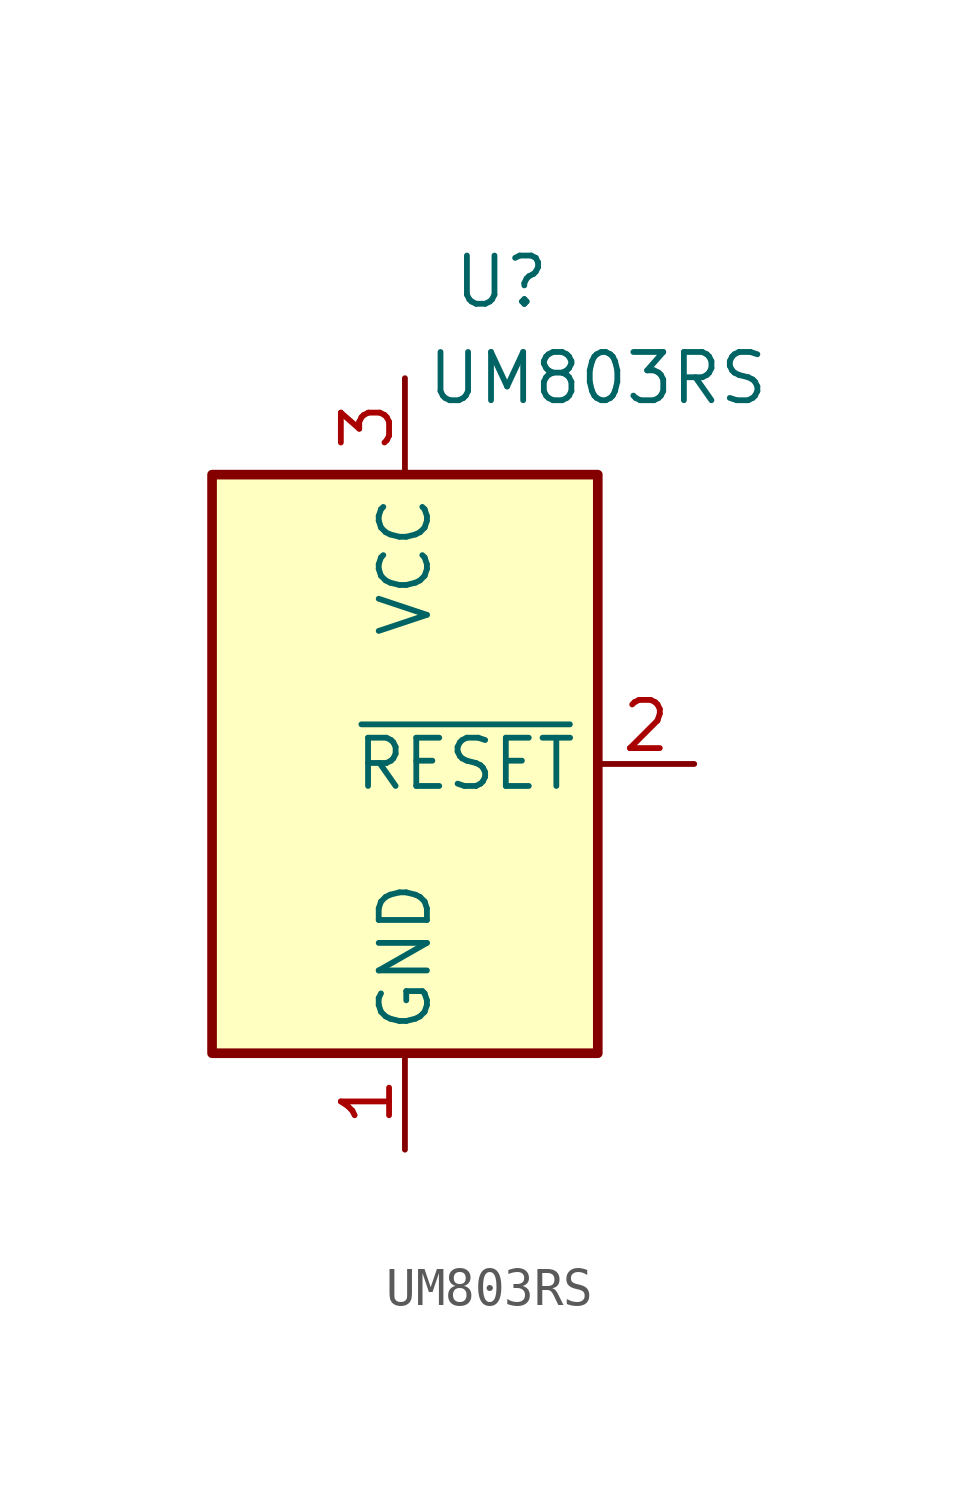
<source format=kicad_sym>
(kicad_symbol_lib
  (version 20241209)
  (generator "kicad_symbol_editor")
  (generator_version "9.0")
  (symbol "UM803RS"
    (property "Reference" "U"
      (at 2.54 12.7 0)
      (effects (font (size 1.27 1.27))))
    (property "Value" "UM803RS"
      (at 5.08 10.16 0)
      (effects (font (size 1.27 1.27))))
    (symbol "UM803RS_0_1"
      (rectangle (start 5.08 7.62) (end -5.08 -7.62) (stroke (width 0.254) (type default)) (fill (type background))))
    (symbol "UM803RS_1_1"
      (pin power_in line (at 0 10.16 270) (length 2.54) (name "VCC" (effects (font (size 1.27 1.27)))) (number "3" (effects (font (size 1.27 1.27)))))
      (pin power_in line (at 0 -10.16 90) (length 2.54) (name "GND" (effects (font (size 1.27 1.27)))) (number "1" (effects (font (size 1.27 1.27)))))
      (pin output line (at 7.62 0 180) (length 2.54) (name "~{RESET}" (effects (font (size 1.27 1.27)))) (number "2" (effects (font (size 1.27 1.27))))))))
</source>
